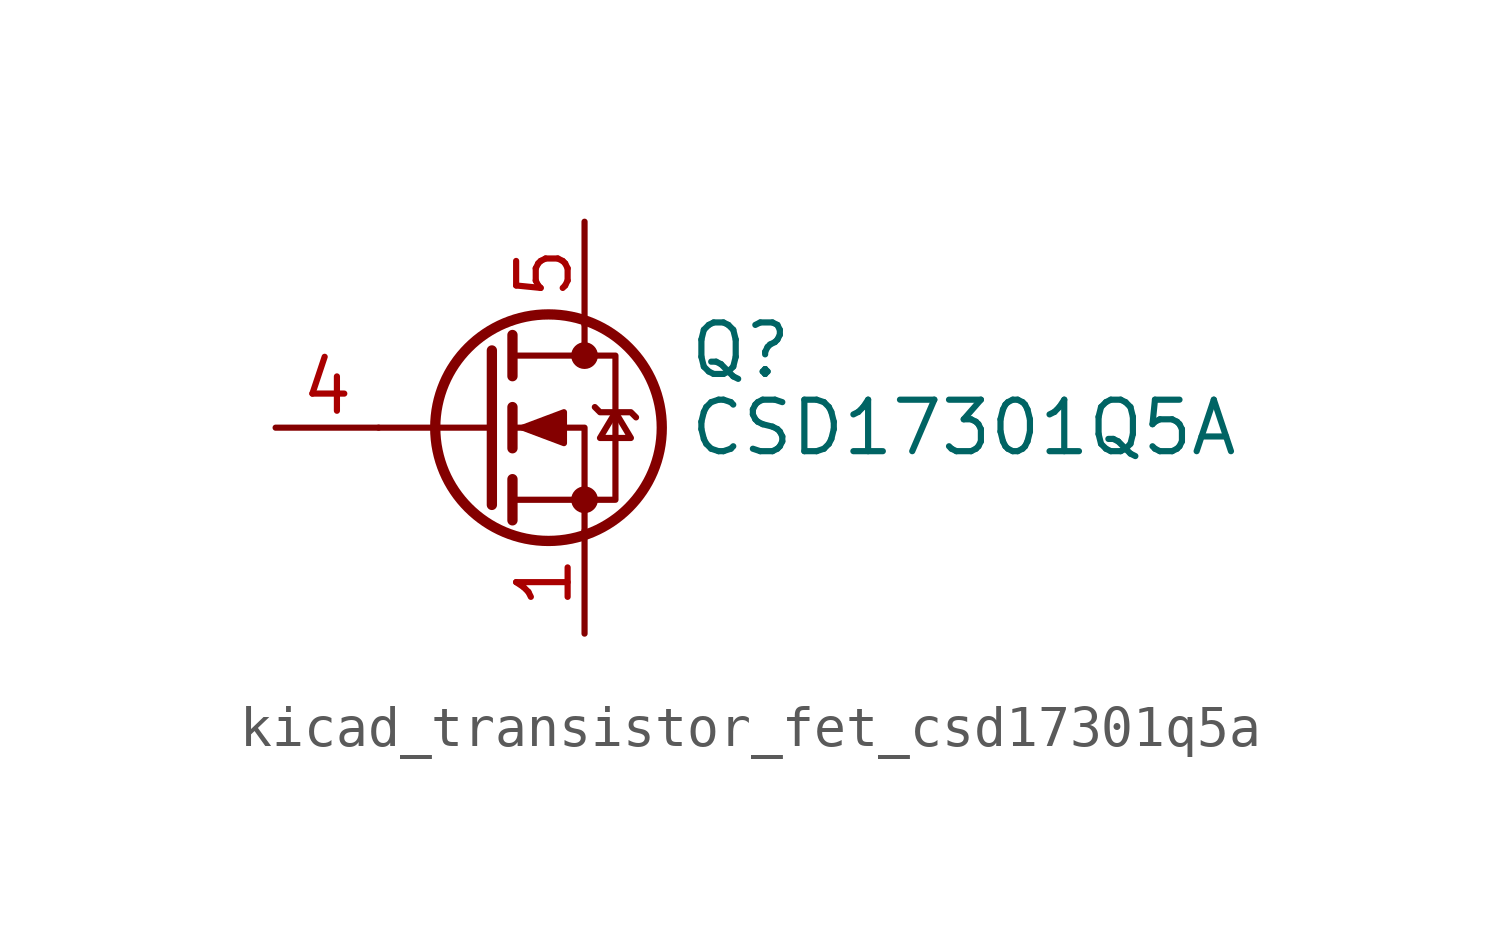
<source format=kicad_sym>
(kicad_symbol_lib
  (version 20220914)
  (generator kicad_symbol_editor)
  (symbol "kicad_transistor_fet_csd17301q5a"
    (pin_names hide)
    (property "Reference" "Q"
      (at 5.08 1.905 0)
      (effects (font (size 1.27 1.27)) (justify left)))
    (property "Value" "CSD17301Q5A"
      (at 5.08 0 0)
      (effects (font (size 1.27 1.27)) (justify left)))
    (symbol "kicad_transistor_fet_csd17301q5a_0_1"
      (polyline (pts (xy 0.254 0) (xy -2.54 0)) (stroke (width 0) (type default)) (fill (type none)))
      (polyline (pts (xy 0.254 1.905) (xy 0.254 -1.905)) (stroke (width 0.254) (type default)) (fill (type none)))
      (polyline (pts (xy 0.762 -1.27) (xy 0.762 -2.286)) (stroke (width 0.254) (type default)) (fill (type none)))
      (polyline (pts (xy 0.762 0.508) (xy 0.762 -0.508)) (stroke (width 0.254) (type default)) (fill (type none)))
      (polyline (pts (xy 0.762 2.286) (xy 0.762 1.27)) (stroke (width 0.254) (type default)) (fill (type none)))
      (polyline (pts (xy 2.54 2.54) (xy 2.54 1.778)) (stroke (width 0) (type default)) (fill (type none)))
      (polyline (pts (xy 2.54 -2.54) (xy 2.54 0) (xy 0.762 0)) (stroke (width 0) (type default)) (fill (type none)))
      (polyline (pts (xy 0.762 -1.778) (xy 3.302 -1.778) (xy 3.302 1.778) (xy 0.762 1.778)) (stroke (width 0) (type default)) (fill (type none)))
      (polyline (pts (xy 1.016 0) (xy 2.032 0.381) (xy 2.032 -0.381) (xy 1.016 0)) (stroke (width 0) (type default)) (fill (type outline)))
      (polyline (pts (xy 2.794 0.508) (xy 2.921 0.381) (xy 3.683 0.381) (xy 3.81 0.254)) (stroke (width 0) (type default)) (fill (type none)))
      (polyline (pts (xy 3.302 0.381) (xy 2.921 -0.254) (xy 3.683 -0.254) (xy 3.302 0.381)) (stroke (width 0) (type default)) (fill (type none)))
      (circle (center 1.651 0) (radius 2.794) (stroke (width 0.254) (type default)) (fill (type none)))
      (circle (center 2.54 -1.778) (radius 0.254) (stroke (width 0) (type default)) (fill (type outline)))
      (circle (center 2.54 1.778) (radius 0.254) (stroke (width 0) (type default)) (fill (type outline))))
    (symbol "kicad_transistor_fet_csd17301q5a_1_1"
      (pin passive line (at 2.54 -5.08 90) (length 2.54) (name "S" (effects (font (size 1.27 1.27)))) (number "1" (effects (font (size 1.27 1.27)))))
      (pin passive line (at 2.54 -5.08 90) (length 2.54) hide (name "S" (effects (font (size 1.27 1.27)))) (number "2" (effects (font (size 1.27 1.27)))))
      (pin passive line (at 2.54 -5.08 90) (length 2.54) hide (name "S" (effects (font (size 1.27 1.27)))) (number "3" (effects (font (size 1.27 1.27)))))
      (pin passive line (at -5.08 0 0) (length 2.54) (name "G" (effects (font (size 1.27 1.27)))) (number "4" (effects (font (size 1.27 1.27)))))
      (pin passive line (at 2.54 5.08 270) (length 2.54) (name "D" (effects (font (size 1.27 1.27)))) (number "5" (effects (font (size 1.27 1.27))))))))
</source>
